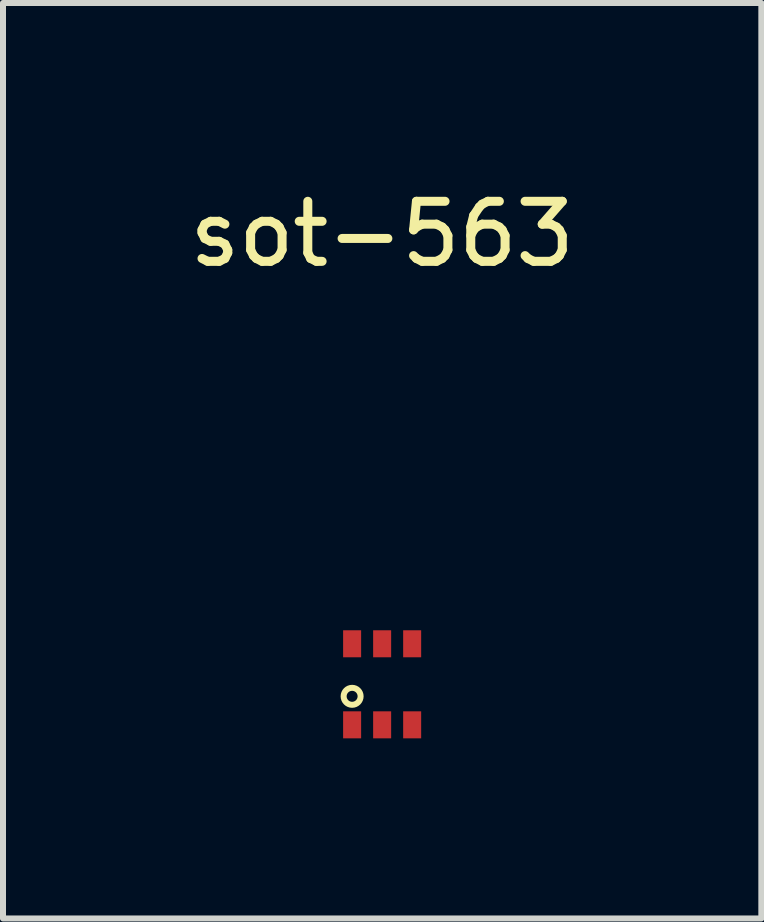
<source format=kicad_pcb>
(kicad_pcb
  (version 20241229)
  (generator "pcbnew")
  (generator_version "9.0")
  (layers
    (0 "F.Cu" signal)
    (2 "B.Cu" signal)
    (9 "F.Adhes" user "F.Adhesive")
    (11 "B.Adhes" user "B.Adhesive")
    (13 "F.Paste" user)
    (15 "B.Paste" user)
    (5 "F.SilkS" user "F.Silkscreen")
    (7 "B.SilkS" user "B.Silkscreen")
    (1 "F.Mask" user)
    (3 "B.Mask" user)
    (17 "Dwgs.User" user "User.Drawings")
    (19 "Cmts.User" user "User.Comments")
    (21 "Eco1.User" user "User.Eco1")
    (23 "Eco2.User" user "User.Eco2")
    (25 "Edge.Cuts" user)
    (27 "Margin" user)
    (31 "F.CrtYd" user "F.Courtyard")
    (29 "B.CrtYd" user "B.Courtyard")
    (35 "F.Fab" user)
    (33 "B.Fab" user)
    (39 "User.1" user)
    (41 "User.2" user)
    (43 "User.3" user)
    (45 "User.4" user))
  (footprint "sot-563"
    (layer "F.Cu")
    (at 3.315 8.348)
    (property "Reference" "sot-563" (at 0 -7.5 0) (layer "F.SilkS") (effects (font (size 1 1) (thickness 0.15))))
    (attr through_hole)
    (fp_circle (center -0.5 0.2) (end -0.4 0.3) (stroke (width 0.1) (type solid)) (fill no) (layer "F.SilkS"))
    (pad "1" smd rect (at -0.5 0.675) (size 0.3 0.45) (layers "F.Cu" "F.Mask" "F.Paste"))
    (pad "2" smd rect (at 0 0.675) (size 0.3 0.45) (layers "F.Cu" "F.Mask" "F.Paste"))
    (pad "3" smd rect (at 0.5 0.675) (size 0.3 0.45) (layers "F.Cu" "F.Mask" "F.Paste"))
    (pad "4" smd rect (at 0.5 -0.675) (size 0.3 0.45) (layers "F.Cu" "F.Mask" "F.Paste"))
    (pad "5" smd rect (at 0 -0.675) (size 0.3 0.45) (layers "F.Cu" "F.Mask" "F.Paste"))
    (pad "6" smd rect (at -0.5 -0.675) (size 0.3 0.45) (layers "F.Cu" "F.Mask" "F.Paste")))
  (gr_rect
    (start -3 -3)
    (end 9.631 12.248)
    (stroke (width 0.1) (type default))
    (fill no)
    (layer "Edge.Cuts")))
</source>
